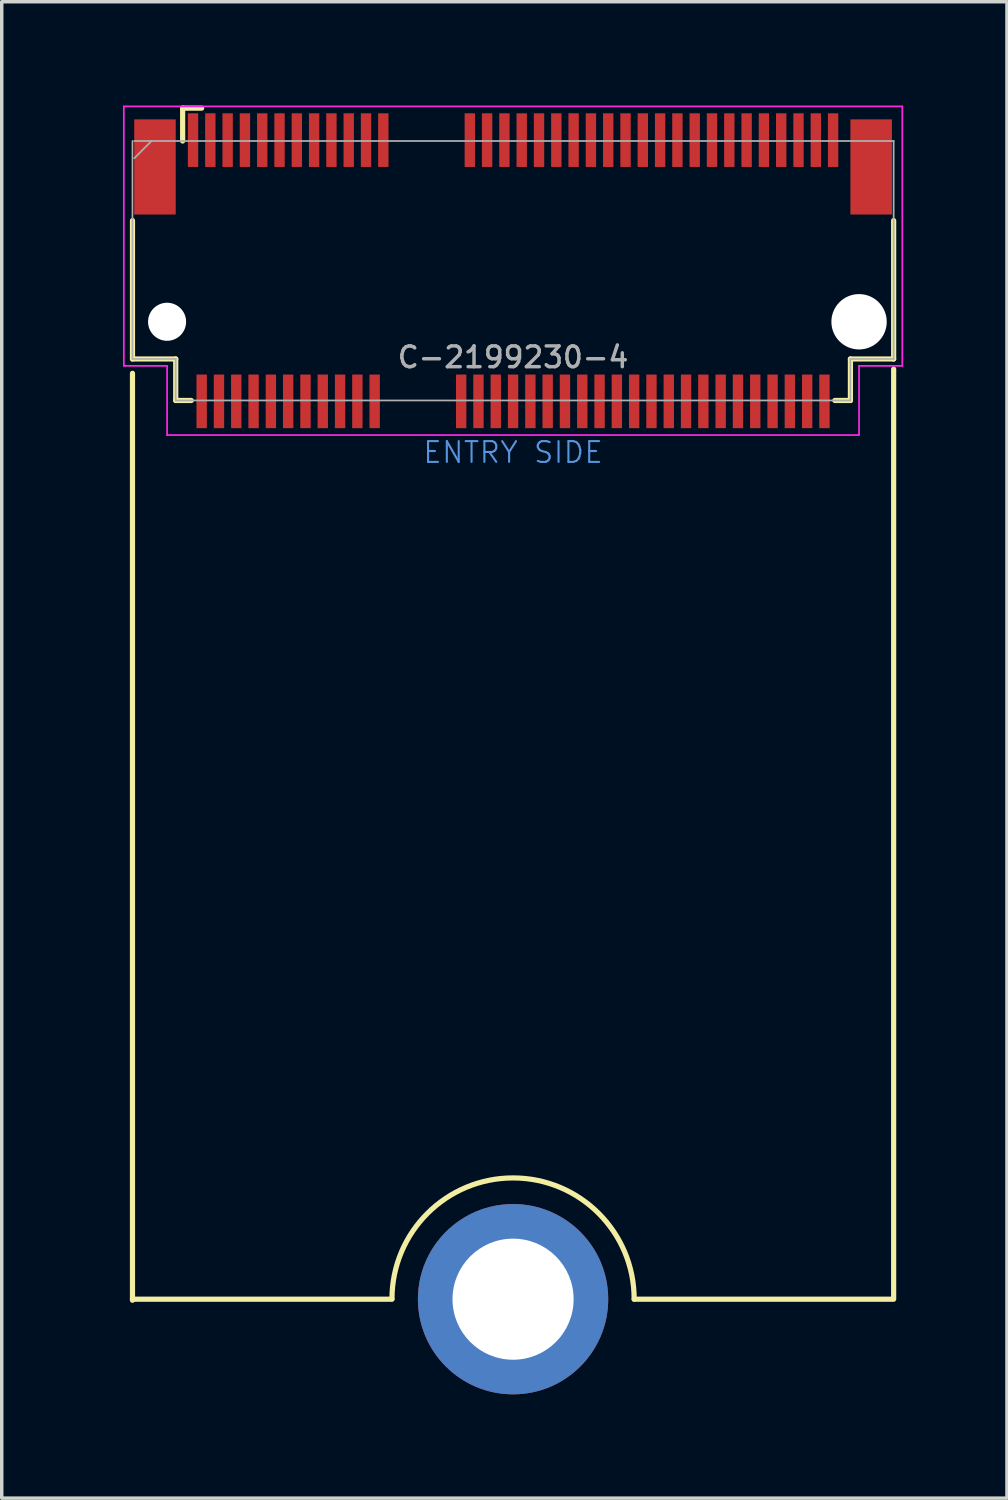
<source format=kicad_pcb>
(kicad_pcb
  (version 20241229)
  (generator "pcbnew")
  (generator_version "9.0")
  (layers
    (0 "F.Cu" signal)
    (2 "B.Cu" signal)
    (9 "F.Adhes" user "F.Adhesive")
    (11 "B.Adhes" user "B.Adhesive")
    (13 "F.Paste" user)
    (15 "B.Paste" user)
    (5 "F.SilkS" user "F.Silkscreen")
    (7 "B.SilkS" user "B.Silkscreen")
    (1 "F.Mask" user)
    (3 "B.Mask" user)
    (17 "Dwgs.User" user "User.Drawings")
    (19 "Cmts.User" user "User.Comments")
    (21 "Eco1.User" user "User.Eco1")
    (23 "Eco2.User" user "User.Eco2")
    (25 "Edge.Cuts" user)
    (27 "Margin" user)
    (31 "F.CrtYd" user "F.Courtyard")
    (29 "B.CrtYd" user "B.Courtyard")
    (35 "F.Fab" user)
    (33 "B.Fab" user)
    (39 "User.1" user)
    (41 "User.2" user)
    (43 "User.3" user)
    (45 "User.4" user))
  (footprint "C-2199230-4"
    (layer "F.Cu")
    (at 11.779 6.25)
    (property "Reference" "C-2199230-4" (at 0 1.025 0) (layer "F.Fab") (effects (font (size 0.6 0.6) (thickness 0.1))))
    (attr through_hole)
    (fp_line (start -11 1.075) (end -11 -2.925) (stroke (width 0.15) (type solid)) (layer "F.SilkS"))
    (fp_line (start -11 1.49) (end -11 28.28) (stroke (width 0.15) (type solid)) (layer "F.SilkS"))
    (fp_line (start -11 28.25) (end -3.5 28.25) (stroke (width 0.15) (type solid)) (layer "F.SilkS"))
    (fp_line (start -9.75 1.075) (end -11 1.075) (stroke (width 0.15) (type solid)) (layer "F.SilkS"))
    (fp_line (start -9.75 2.275) (end -9.75 1.075) (stroke (width 0.15) (type solid)) (layer "F.SilkS"))
    (fp_line (start -9.55 -6.175) (end -9 -6.175) (stroke (width 0.15) (type solid)) (layer "F.SilkS"))
    (fp_line (start -9.55 -5.225) (end -9.55 -6.175) (stroke (width 0.15) (type solid)) (layer "F.SilkS"))
    (fp_line (start -9.3 2.275) (end -9.75 2.275) (stroke (width 0.15) (type solid)) (layer "F.SilkS"))
    (fp_line (start 9.75 1.075) (end 9.75 2.275) (stroke (width 0.15) (type solid)) (layer "F.SilkS"))
    (fp_line (start 9.75 2.275) (end 9.3 2.275) (stroke (width 0.15) (type solid)) (layer "F.SilkS"))
    (fp_line (start 10.95 28.25) (end 3.5 28.25) (stroke (width 0.15) (type solid)) (layer "F.SilkS"))
    (fp_line (start 11 1.075) (end 9.75 1.075) (stroke (width 0.15) (type solid)) (layer "F.SilkS"))
    (fp_line (start 11 1.075) (end 11 -2.925) (stroke (width 0.15) (type solid)) (layer "F.SilkS"))
    (fp_line (start 11 1.37) (end 11 28.25) (stroke (width 0.15) (type solid)) (layer "F.SilkS"))
    (fp_arc (start -3.499986 28.24) (mid 0.005 24.750003) (end 3.5 28.25) (stroke (width 0.15) (type solid)) (layer "F.SilkS"))
    (fp_line (start -11.25 -6.225) (end 11.25 -6.225) (stroke (width 0.05) (type solid)) (layer "F.CrtYd"))
    (fp_line (start -11.25 1.275) (end -11.25 -6.225) (stroke (width 0.05) (type solid)) (layer "F.CrtYd"))
    (fp_line (start -10 1.275) (end -11.25 1.275) (stroke (width 0.05) (type solid)) (layer "F.CrtYd"))
    (fp_line (start -10 3.275) (end -10 1.275) (stroke (width 0.05) (type solid)) (layer "F.CrtYd"))
    (fp_line (start 10 1.275) (end 10 3.275) (stroke (width 0.05) (type solid)) (layer "F.CrtYd"))
    (fp_line (start 10 3.275) (end -10 3.275) (stroke (width 0.05) (type solid)) (layer "F.CrtYd"))
    (fp_line (start 11.25 -6.225) (end 11.25 1.275) (stroke (width 0.05) (type solid)) (layer "F.CrtYd"))
    (fp_line (start 11.25 1.275) (end 10 1.275) (stroke (width 0.05) (type solid)) (layer "F.CrtYd"))
    (fp_line (start -11 -5.225) (end -11 1.075) (stroke (width 0.05) (type solid)) (layer "F.Fab"))
    (fp_line (start -11 1.075) (end -9.75 1.075) (stroke (width 0.05) (type solid)) (layer "F.Fab"))
    (fp_line (start -10.95 -5.225) (end 11 -5.225) (stroke (width 0.05) (type solid)) (layer "F.Fab"))
    (fp_line (start -10.95 -4.725) (end -10.45 -5.225) (stroke (width 0.05) (type solid)) (layer "F.Fab"))
    (fp_line (start -9.75 1.075) (end -9.75 2.275) (stroke (width 0.05) (type solid)) (layer "F.Fab"))
    (fp_line (start -9.75 2.275) (end 9.75 2.275) (stroke (width 0.05) (type solid)) (layer "F.Fab"))
    (fp_line (start 9.75 1.075) (end 9.75 2.275) (stroke (width 0.05) (type solid)) (layer "F.Fab"))
    (fp_line (start 11 1.075) (end 9.75 1.075) (stroke (width 0.05) (type solid)) (layer "F.Fab"))
    (fp_line (start 11 1.075) (end 11 -5.225) (stroke (width 0.05) (type solid)) (layer "F.Fab"))
    (fp_text user "ENTRY SIDE" (at 0 3.775 0) (layer "Cmts.User") (effects (font (size 0.6 0.6) (thickness 0.06))))
    (fp_text user "${REFERENCE}" (at -10.1 -4.775 0) (layer "Eco1.User") (effects (font (size 0.3 0.3) (thickness 0.03))))
    (pad "" smd rect (at -10.35 -4.475) (size 1.2 2.75) (layers "F.Cu" "F.Mask" "F.Paste"))
    (pad "" np_thru_hole circle (at -10 0) (size 1.1 1.1) (drill 1.1) (layers "*.Cu"))
    (pad "" np_thru_hole circle (at 10 0) (size 1.6 1.6) (drill 1.6) (layers "*.Cu"))
    (pad "" smd rect (at 10.35 -4.475) (size 1.2 2.75) (layers "F.Cu" "F.Mask" "F.Paste"))
    (pad "1" smd rect (at -9.25 -5.25) (size 0.3 1.55) (layers "F.Cu" "F.Mask" "F.Paste"))
    (pad "2" smd rect (at -9 2.3) (size 0.3 1.55) (layers "F.Cu" "F.Mask" "F.Paste"))
    (pad "3" smd rect (at -8.75 -5.25) (size 0.3 1.55) (layers "F.Cu" "F.Mask" "F.Paste"))
    (pad "4" smd rect (at -8.5 2.3) (size 0.3 1.55) (layers "F.Cu" "F.Mask" "F.Paste"))
    (pad "5" smd rect (at -8.25 -5.25) (size 0.3 1.55) (layers "F.Cu" "F.Mask" "F.Paste"))
    (pad "6" smd rect (at -8 2.3) (size 0.3 1.55) (layers "F.Cu" "F.Mask" "F.Paste"))
    (pad "7" smd rect (at -7.75 -5.25) (size 0.3 1.55) (layers "F.Cu" "F.Mask" "F.Paste"))
    (pad "8" smd rect (at -7.5 2.3) (size 0.3 1.55) (layers "F.Cu" "F.Mask" "F.Paste"))
    (pad "9" smd rect (at -7.25 -5.25) (size 0.3 1.55) (layers "F.Cu" "F.Mask" "F.Paste"))
    (pad "10" smd rect (at -7 2.3) (size 0.3 1.55) (layers "F.Cu" "F.Mask" "F.Paste"))
    (pad "11" smd rect (at -6.75 -5.25) (size 0.3 1.55) (layers "F.Cu" "F.Mask" "F.Paste"))
    (pad "12" smd rect (at -6.5 2.3) (size 0.3 1.55) (layers "F.Cu" "F.Mask" "F.Paste"))
    (pad "13" smd rect (at -6.25 -5.25) (size 0.3 1.55) (layers "F.Cu" "F.Mask" "F.Paste"))
    (pad "14" smd rect (at -6 2.3) (size 0.3 1.55) (layers "F.Cu" "F.Mask" "F.Paste"))
    (pad "15" smd rect (at -5.75 -5.25) (size 0.3 1.55) (layers "F.Cu" "F.Mask" "F.Paste"))
    (pad "16" smd rect (at -5.5 2.3) (size 0.3 1.55) (layers "F.Cu" "F.Mask" "F.Paste"))
    (pad "17" smd rect (at -5.25 -5.25) (size 0.3 1.55) (layers "F.Cu" "F.Mask" "F.Paste"))
    (pad "18" smd rect (at -5 2.3) (size 0.3 1.55) (layers "F.Cu" "F.Mask" "F.Paste"))
    (pad "19" smd rect (at -4.75 -5.25) (size 0.3 1.55) (layers "F.Cu" "F.Mask" "F.Paste"))
    (pad "20" smd rect (at -4.5 2.3) (size 0.3 1.55) (layers "F.Cu" "F.Mask" "F.Paste"))
    (pad "21" smd rect (at -4.25 -5.25) (size 0.3 1.55) (layers "F.Cu" "F.Mask" "F.Paste"))
    (pad "22" smd rect (at -4 2.3) (size 0.3 1.55) (layers "F.Cu" "F.Mask" "F.Paste"))
    (pad "23" smd rect (at -3.75 -5.25) (size 0.3 1.55) (layers "F.Cu" "F.Mask" "F.Paste"))
    (pad "32" smd rect (at -1.5 2.3) (size 0.3 1.55) (layers "F.Cu" "F.Mask" "F.Paste"))
    (pad "33" smd rect (at -1.25 -5.25) (size 0.3 1.55) (layers "F.Cu" "F.Mask" "F.Paste"))
    (pad "34" smd rect (at -1 2.3) (size 0.3 1.55) (layers "F.Cu" "F.Mask" "F.Paste"))
    (pad "35" smd rect (at -0.75 -5.25) (size 0.3 1.55) (layers "F.Cu" "F.Mask" "F.Paste"))
    (pad "36" smd rect (at -0.5 2.3) (size 0.3 1.55) (layers "F.Cu" "F.Mask" "F.Paste"))
    (pad "37" smd rect (at -0.25 -5.25) (size 0.3 1.55) (layers "F.Cu" "F.Mask" "F.Paste"))
    (pad "38" smd rect (at 0 2.3) (size 0.3 1.55) (layers "F.Cu" "F.Mask" "F.Paste"))
    (pad "39" smd rect (at 0.25 -5.25) (size 0.3 1.55) (layers "F.Cu" "F.Mask" "F.Paste"))
    (pad "40" smd rect (at 0.5 2.3) (size 0.3 1.55) (layers "F.Cu" "F.Mask" "F.Paste"))
    (pad "41" smd rect (at 0.75 -5.25) (size 0.3 1.55) (layers "F.Cu" "F.Mask" "F.Paste"))
    (pad "42" smd rect (at 1 2.3) (size 0.3 1.55) (layers "F.Cu" "F.Mask" "F.Paste"))
    (pad "43" smd rect (at 1.25 -5.25) (size 0.3 1.55) (layers "F.Cu" "F.Mask" "F.Paste"))
    (pad "44" smd rect (at 1.5 2.3) (size 0.3 1.55) (layers "F.Cu" "F.Mask" "F.Paste"))
    (pad "45" smd rect (at 1.75 -5.25) (size 0.3 1.55) (layers "F.Cu" "F.Mask" "F.Paste"))
    (pad "46" smd rect (at 2 2.3) (size 0.3 1.55) (layers "F.Cu" "F.Mask" "F.Paste"))
    (pad "47" smd rect (at 2.25 -5.25) (size 0.3 1.55) (layers "F.Cu" "F.Mask" "F.Paste"))
    (pad "48" smd rect (at 2.5 2.3) (size 0.3 1.55) (layers "F.Cu" "F.Mask" "F.Paste"))
    (pad "49" smd rect (at 2.75 -5.25) (size 0.3 1.55) (layers "F.Cu" "F.Mask" "F.Paste"))
    (pad "50" smd rect (at 3 2.3) (size 0.3 1.55) (layers "F.Cu" "F.Mask" "F.Paste"))
    (pad "51" smd rect (at 3.25 -5.25) (size 0.3 1.55) (layers "F.Cu" "F.Mask" "F.Paste"))
    (pad "52" smd rect (at 3.5 2.3) (size 0.3 1.55) (layers "F.Cu" "F.Mask" "F.Paste"))
    (pad "53" smd rect (at 3.75 -5.25) (size 0.3 1.55) (layers "F.Cu" "F.Mask" "F.Paste"))
    (pad "54" smd rect (at 4 2.3) (size 0.3 1.55) (layers "F.Cu" "F.Mask" "F.Paste"))
    (pad "55" smd rect (at 4.25 -5.25) (size 0.3 1.55) (layers "F.Cu" "F.Mask" "F.Paste"))
    (pad "56" smd rect (at 4.5 2.3) (size 0.3 1.55) (layers "F.Cu" "F.Mask" "F.Paste"))
    (pad "57" smd rect (at 4.75 -5.25) (size 0.3 1.55) (layers "F.Cu" "F.Mask" "F.Paste"))
    (pad "58" smd rect (at 5 2.3) (size 0.3 1.55) (layers "F.Cu" "F.Mask" "F.Paste"))
    (pad "59" smd rect (at 5.25 -5.25) (size 0.3 1.55) (layers "F.Cu" "F.Mask" "F.Paste"))
    (pad "60" smd rect (at 5.5 2.3) (size 0.3 1.55) (layers "F.Cu" "F.Mask" "F.Paste"))
    (pad "61" smd rect (at 5.75 -5.25) (size 0.3 1.55) (layers "F.Cu" "F.Mask" "F.Paste"))
    (pad "62" smd rect (at 6 2.3) (size 0.3 1.55) (layers "F.Cu" "F.Mask" "F.Paste"))
    (pad "63" smd rect (at 6.25 -5.25) (size 0.3 1.55) (layers "F.Cu" "F.Mask" "F.Paste"))
    (pad "64" smd rect (at 6.5 2.3) (size 0.3 1.55) (layers "F.Cu" "F.Mask" "F.Paste"))
    (pad "65" smd rect (at 6.75 -5.25) (size 0.3 1.55) (layers "F.Cu" "F.Mask" "F.Paste"))
    (pad "66" smd rect (at 7 2.3) (size 0.3 1.55) (layers "F.Cu" "F.Mask" "F.Paste"))
    (pad "67" smd rect (at 7.25 -5.25) (size 0.3 1.55) (layers "F.Cu" "F.Mask" "F.Paste"))
    (pad "68" smd rect (at 7.5 2.3) (size 0.3 1.55) (layers "F.Cu" "F.Mask" "F.Paste"))
    (pad "69" smd rect (at 7.75 -5.25) (size 0.3 1.55) (layers "F.Cu" "F.Mask" "F.Paste"))
    (pad "70" smd rect (at 8 2.3) (size 0.3 1.55) (layers "F.Cu" "F.Mask" "F.Paste"))
    (pad "71" smd rect (at 8.25 -5.25) (size 0.3 1.55) (layers "F.Cu" "F.Mask" "F.Paste"))
    (pad "72" smd rect (at 8.5 2.3) (size 0.3 1.55) (layers "F.Cu" "F.Mask" "F.Paste"))
    (pad "73" smd rect (at 8.75 -5.25) (size 0.3 1.55) (layers "F.Cu" "F.Mask" "F.Paste"))
    (pad "74" smd rect (at 9 2.3) (size 0.3 1.55) (layers "F.Cu" "F.Mask" "F.Paste"))
    (pad "75" smd rect (at 9.25 -5.25) (size 0.3 1.55) (layers "F.Cu" "F.Mask" "F.Paste"))
    (pad "76" thru_hole circle (at 0 28.25) (size 5.5 5.5) (drill 3.5) (layers "*.Cu" "*.Mask")))
  (gr_rect
    (start -3 -3)
    (end 26.054 40.25)
    (stroke (width 0.1) (type default))
    (fill no)
    (layer "Edge.Cuts")))
</source>
